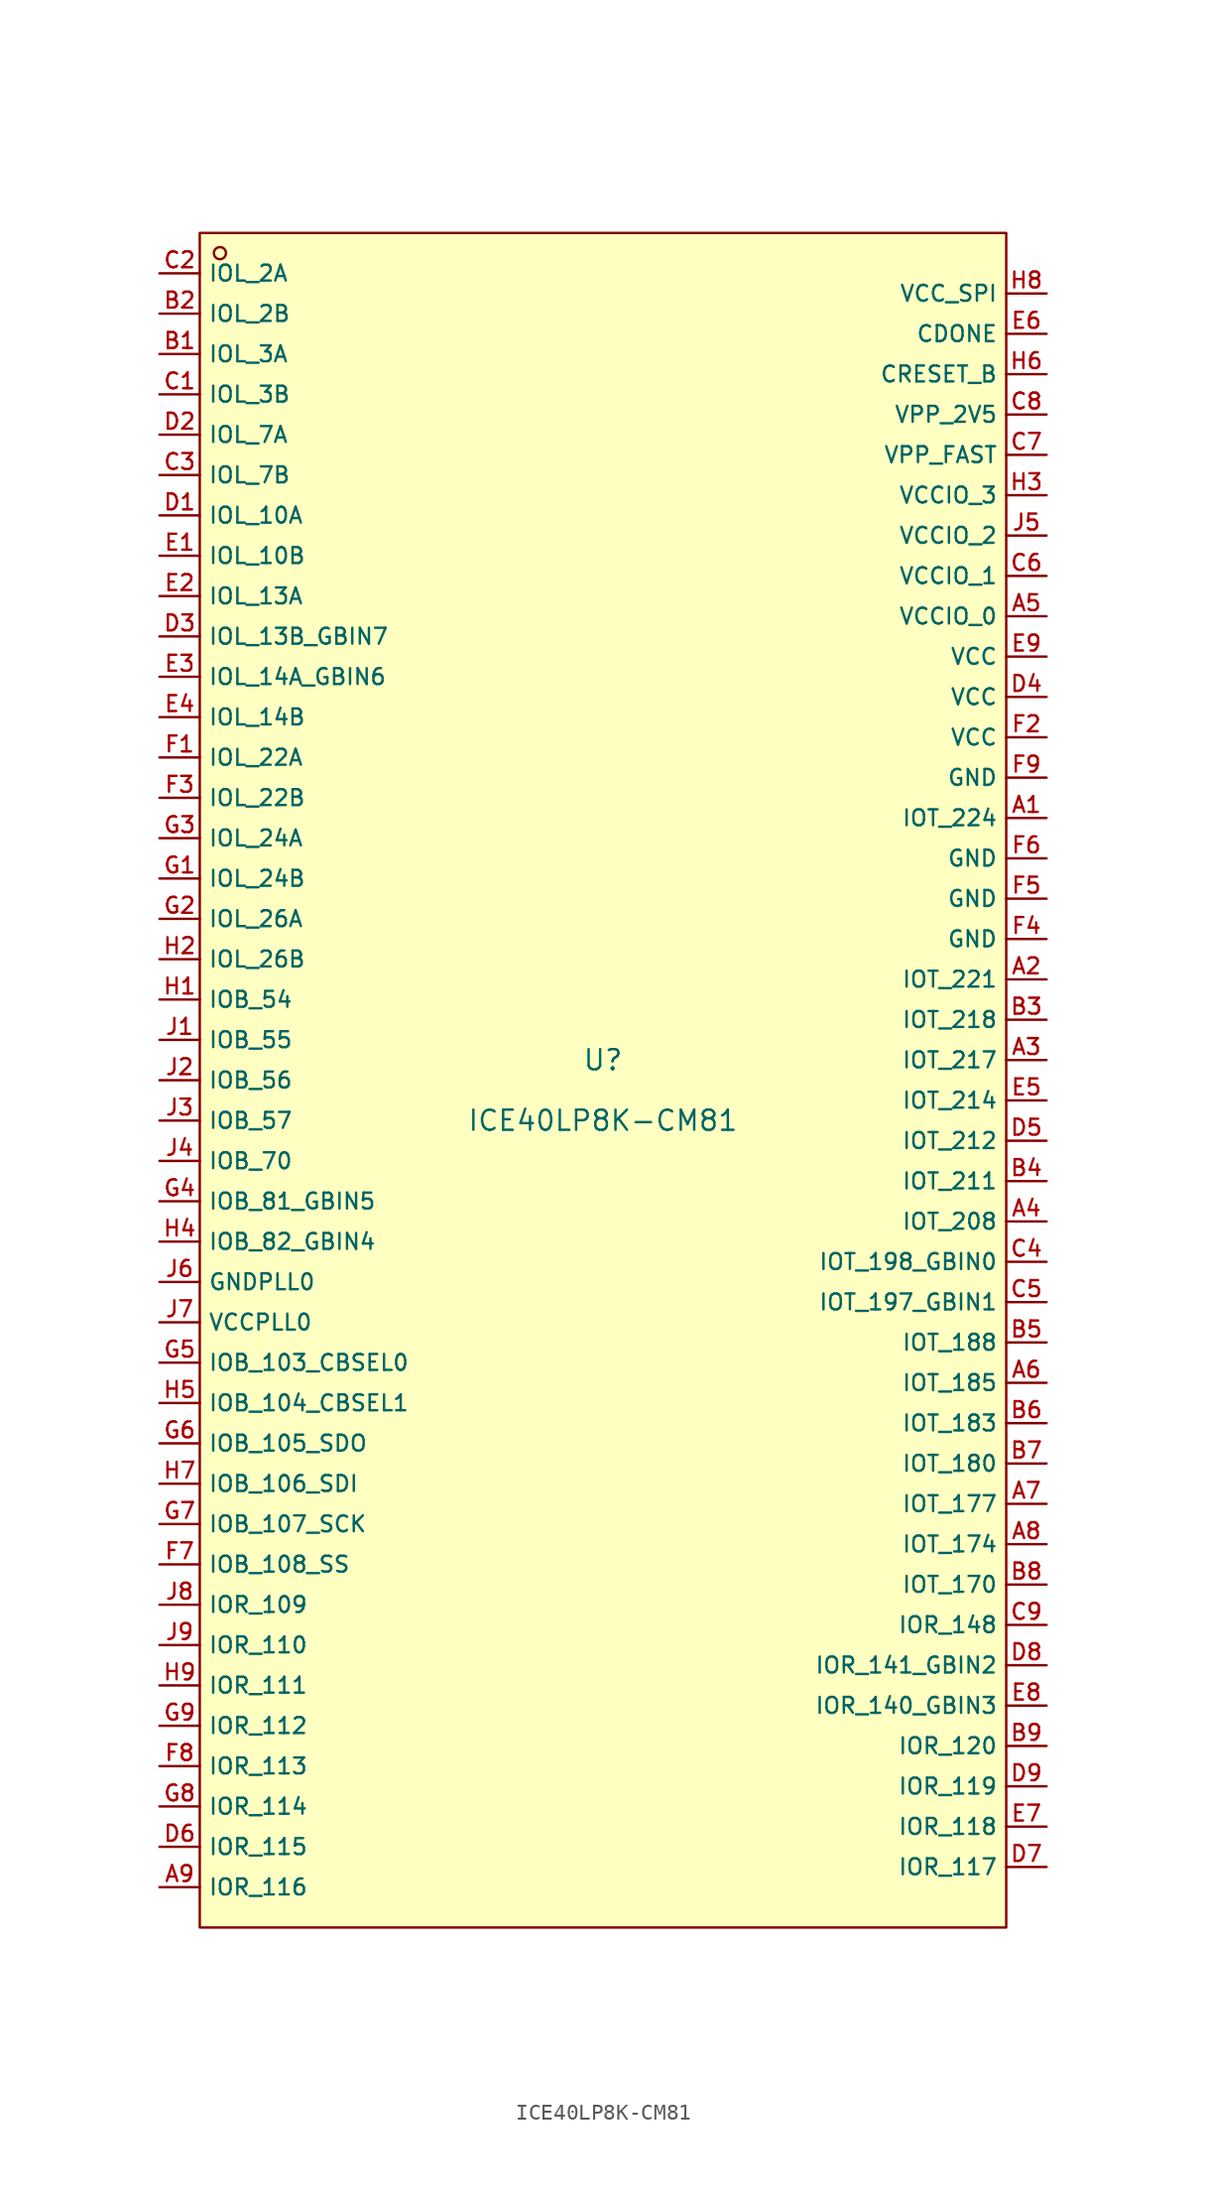
<source format=kicad_sym>
(kicad_symbol_lib
  (version 20210201)
  (generator TousstNicolas/JLC2KiCad_lib)
  (symbol "ICE40LP8K-CM81"
    (property "Reference" "U"
      (at 0 1.27 0)
      (effects (font (size 1.27 1.27))))
    (property "Value" "ICE40LP8K-CM81"
      (at 0 -2.54 0)
      (effects (font (size 1.27 1.27))))
    (symbol "ICE40LP8K-CM81_0_1"
      (rectangle (start -25.4 53.34) (end 25.4 -53.34) (stroke (width 0) (type default) (color 0 0 0 0)) (fill (type background)))
      (circle (center -24.13 52.07) (radius 0.381) (stroke (width 0) (type default) (color 0 0 0 0)) (fill (type background)))
      (pin unspecified line (at -27.94 50.8 0) (length 2.54) (name "IOL_2A" (effects (font (size 1 1)))) (number "C2" (effects (font (size 1 1)))))
      (pin unspecified line (at -27.94 48.26 0) (length 2.54) (name "IOL_2B" (effects (font (size 1 1)))) (number "B2" (effects (font (size 1 1)))))
      (pin unspecified line (at -27.94 45.72 0) (length 2.54) (name "IOL_3A" (effects (font (size 1 1)))) (number "B1" (effects (font (size 1 1)))))
      (pin unspecified line (at -27.94 43.18 0) (length 2.54) (name "IOL_3B" (effects (font (size 1 1)))) (number "C1" (effects (font (size 1 1)))))
      (pin unspecified line (at -27.94 40.64 0) (length 2.54) (name "IOL_7A" (effects (font (size 1 1)))) (number "D2" (effects (font (size 1 1)))))
      (pin unspecified line (at -27.94 38.1 0) (length 2.54) (name "IOL_7B" (effects (font (size 1 1)))) (number "C3" (effects (font (size 1 1)))))
      (pin unspecified line (at -27.94 35.56 0) (length 2.54) (name "IOL_10A" (effects (font (size 1 1)))) (number "D1" (effects (font (size 1 1)))))
      (pin unspecified line (at -27.94 33.02 0) (length 2.54) (name "IOL_10B" (effects (font (size 1 1)))) (number "E1" (effects (font (size 1 1)))))
      (pin unspecified line (at -27.94 30.48 0) (length 2.54) (name "IOL_13A" (effects (font (size 1 1)))) (number "E2" (effects (font (size 1 1)))))
      (pin unspecified line (at -27.94 27.94 0) (length 2.54) (name "IOL_13B_GBIN7" (effects (font (size 1 1)))) (number "D3" (effects (font (size 1 1)))))
      (pin unspecified line (at -27.94 25.4 0) (length 2.54) (name "IOL_14A_GBIN6" (effects (font (size 1 1)))) (number "E3" (effects (font (size 1 1)))))
      (pin unspecified line (at -27.94 22.86 0) (length 2.54) (name "IOL_14B" (effects (font (size 1 1)))) (number "E4" (effects (font (size 1 1)))))
      (pin unspecified line (at -27.94 20.32 0) (length 2.54) (name "IOL_22A" (effects (font (size 1 1)))) (number "F1" (effects (font (size 1 1)))))
      (pin unspecified line (at -27.94 17.78 0) (length 2.54) (name "IOL_22B" (effects (font (size 1 1)))) (number "F3" (effects (font (size 1 1)))))
      (pin unspecified line (at -27.94 15.24 0) (length 2.54) (name "IOL_24A" (effects (font (size 1 1)))) (number "G3" (effects (font (size 1 1)))))
      (pin unspecified line (at -27.94 12.7 0) (length 2.54) (name "IOL_24B" (effects (font (size 1 1)))) (number "G1" (effects (font (size 1 1)))))
      (pin unspecified line (at -27.94 10.16 0) (length 2.54) (name "IOL_26A" (effects (font (size 1 1)))) (number "G2" (effects (font (size 1 1)))))
      (pin unspecified line (at -27.94 7.62 0) (length 2.54) (name "IOL_26B" (effects (font (size 1 1)))) (number "H2" (effects (font (size 1 1)))))
      (pin unspecified line (at -27.94 5.08 0) (length 2.54) (name "IOB_54" (effects (font (size 1 1)))) (number "H1" (effects (font (size 1 1)))))
      (pin unspecified line (at -27.94 2.54 0) (length 2.54) (name "IOB_55" (effects (font (size 1 1)))) (number "J1" (effects (font (size 1 1)))))
      (pin unspecified line (at -27.94 -0.0 0) (length 2.54) (name "IOB_56" (effects (font (size 1 1)))) (number "J2" (effects (font (size 1 1)))))
      (pin unspecified line (at -27.94 -2.54 0) (length 2.54) (name "IOB_57" (effects (font (size 1 1)))) (number "J3" (effects (font (size 1 1)))))
      (pin unspecified line (at -27.94 -5.08 0) (length 2.54) (name "IOB_70" (effects (font (size 1 1)))) (number "J4" (effects (font (size 1 1)))))
      (pin unspecified line (at -27.94 -7.62 0) (length 2.54) (name "IOB_81_GBIN5" (effects (font (size 1 1)))) (number "G4" (effects (font (size 1 1)))))
      (pin unspecified line (at -27.94 -10.16 0) (length 2.54) (name "IOB_82_GBIN4" (effects (font (size 1 1)))) (number "H4" (effects (font (size 1 1)))))
      (pin unspecified line (at -27.94 -12.7 0) (length 2.54) (name "GNDPLL0" (effects (font (size 1 1)))) (number "J6" (effects (font (size 1 1)))))
      (pin unspecified line (at -27.94 -15.24 0) (length 2.54) (name "VCCPLL0" (effects (font (size 1 1)))) (number "J7" (effects (font (size 1 1)))))
      (pin unspecified line (at -27.94 -17.78 0) (length 2.54) (name "IOB_103_CBSEL0" (effects (font (size 1 1)))) (number "G5" (effects (font (size 1 1)))))
      (pin unspecified line (at -27.94 -20.32 0) (length 2.54) (name "IOB_104_CBSEL1" (effects (font (size 1 1)))) (number "H5" (effects (font (size 1 1)))))
      (pin unspecified line (at -27.94 -22.86 0) (length 2.54) (name "IOB_105_SDO" (effects (font (size 1 1)))) (number "G6" (effects (font (size 1 1)))))
      (pin unspecified line (at -27.94 -25.4 0) (length 2.54) (name "IOB_106_SDI" (effects (font (size 1 1)))) (number "H7" (effects (font (size 1 1)))))
      (pin unspecified line (at -27.94 -27.94 0) (length 2.54) (name "IOB_107_SCK" (effects (font (size 1 1)))) (number "G7" (effects (font (size 1 1)))))
      (pin unspecified line (at -27.94 -30.48 0) (length 2.54) (name "IOB_108_SS" (effects (font (size 1 1)))) (number "F7" (effects (font (size 1 1)))))
      (pin unspecified line (at -27.94 -33.02 0) (length 2.54) (name "IOR_109" (effects (font (size 1 1)))) (number "J8" (effects (font (size 1 1)))))
      (pin unspecified line (at -27.94 -35.56 0) (length 2.54) (name "IOR_110" (effects (font (size 1 1)))) (number "J9" (effects (font (size 1 1)))))
      (pin unspecified line (at -27.94 -38.1 0) (length 2.54) (name "IOR_111" (effects (font (size 1 1)))) (number "H9" (effects (font (size 1 1)))))
      (pin unspecified line (at -27.94 -40.64 0) (length 2.54) (name "IOR_112" (effects (font (size 1 1)))) (number "G9" (effects (font (size 1 1)))))
      (pin unspecified line (at -27.94 -43.18 0) (length 2.54) (name "IOR_113" (effects (font (size 1 1)))) (number "F8" (effects (font (size 1 1)))))
      (pin unspecified line (at -27.94 -45.72 0) (length 2.54) (name "IOR_114" (effects (font (size 1 1)))) (number "G8" (effects (font (size 1 1)))))
      (pin unspecified line (at -27.94 -48.26 0) (length 2.54) (name "IOR_115" (effects (font (size 1 1)))) (number "D6" (effects (font (size 1 1)))))
      (pin unspecified line (at -27.94 -50.8 0) (length 2.54) (name "IOR_116" (effects (font (size 1 1)))) (number "A9" (effects (font (size 1 1)))))
      (pin unspecified line (at 27.94 -49.53 180) (length 2.54) (name "IOR_117" (effects (font (size 1 1)))) (number "D7" (effects (font (size 1 1)))))
      (pin unspecified line (at 27.94 -46.99 180) (length 2.54) (name "IOR_118" (effects (font (size 1 1)))) (number "E7" (effects (font (size 1 1)))))
      (pin unspecified line (at 27.94 -44.45 180) (length 2.54) (name "IOR_119" (effects (font (size 1 1)))) (number "D9" (effects (font (size 1 1)))))
      (pin unspecified line (at 27.94 -41.91 180) (length 2.54) (name "IOR_120" (effects (font (size 1 1)))) (number "B9" (effects (font (size 1 1)))))
      (pin unspecified line (at 27.94 -39.37 180) (length 2.54) (name "IOR_140_GBIN3" (effects (font (size 1 1)))) (number "E8" (effects (font (size 1 1)))))
      (pin unspecified line (at 27.94 -36.83 180) (length 2.54) (name "IOR_141_GBIN2" (effects (font (size 1 1)))) (number "D8" (effects (font (size 1 1)))))
      (pin unspecified line (at 27.94 -34.29 180) (length 2.54) (name "IOR_148" (effects (font (size 1 1)))) (number "C9" (effects (font (size 1 1)))))
      (pin unspecified line (at 27.94 -31.75 180) (length 2.54) (name "IOT_170" (effects (font (size 1 1)))) (number "B8" (effects (font (size 1 1)))))
      (pin unspecified line (at 27.94 -29.21 180) (length 2.54) (name "IOT_174" (effects (font (size 1 1)))) (number "A8" (effects (font (size 1 1)))))
      (pin unspecified line (at 27.94 -26.67 180) (length 2.54) (name "IOT_177" (effects (font (size 1 1)))) (number "A7" (effects (font (size 1 1)))))
      (pin unspecified line (at 27.94 -24.13 180) (length 2.54) (name "IOT_180" (effects (font (size 1 1)))) (number "B7" (effects (font (size 1 1)))))
      (pin unspecified line (at 27.94 -21.59 180) (length 2.54) (name "IOT_183" (effects (font (size 1 1)))) (number "B6" (effects (font (size 1 1)))))
      (pin unspecified line (at 27.94 -19.05 180) (length 2.54) (name "IOT_185" (effects (font (size 1 1)))) (number "A6" (effects (font (size 1 1)))))
      (pin unspecified line (at 27.94 -16.51 180) (length 2.54) (name "IOT_188" (effects (font (size 1 1)))) (number "B5" (effects (font (size 1 1)))))
      (pin unspecified line (at 27.94 -13.97 180) (length 2.54) (name "IOT_197_GBIN1" (effects (font (size 1 1)))) (number "C5" (effects (font (size 1 1)))))
      (pin unspecified line (at 27.94 -11.43 180) (length 2.54) (name "IOT_198_GBIN0" (effects (font (size 1 1)))) (number "C4" (effects (font (size 1 1)))))
      (pin unspecified line (at 27.94 -8.89 180) (length 2.54) (name "IOT_208" (effects (font (size 1 1)))) (number "A4" (effects (font (size 1 1)))))
      (pin unspecified line (at 27.94 -6.35 180) (length 2.54) (name "IOT_211" (effects (font (size 1 1)))) (number "B4" (effects (font (size 1 1)))))
      (pin unspecified line (at 27.94 -3.81 180) (length 2.54) (name "IOT_212" (effects (font (size 1 1)))) (number "D5" (effects (font (size 1 1)))))
      (pin unspecified line (at 27.94 -1.27 180) (length 2.54) (name "IOT_214" (effects (font (size 1 1)))) (number "E5" (effects (font (size 1 1)))))
      (pin unspecified line (at 27.94 1.27 180) (length 2.54) (name "IOT_217" (effects (font (size 1 1)))) (number "A3" (effects (font (size 1 1)))))
      (pin unspecified line (at 27.94 3.81 180) (length 2.54) (name "IOT_218" (effects (font (size 1 1)))) (number "B3" (effects (font (size 1 1)))))
      (pin unspecified line (at 27.94 6.35 180) (length 2.54) (name "IOT_221" (effects (font (size 1 1)))) (number "A2" (effects (font (size 1 1)))))
      (pin unspecified line (at 27.94 8.89 180) (length 2.54) (name "GND" (effects (font (size 1 1)))) (number "F4" (effects (font (size 1 1)))))
      (pin unspecified line (at 27.94 11.43 180) (length 2.54) (name "GND" (effects (font (size 1 1)))) (number "F5" (effects (font (size 1 1)))))
      (pin unspecified line (at 27.94 13.97 180) (length 2.54) (name "GND" (effects (font (size 1 1)))) (number "F6" (effects (font (size 1 1)))))
      (pin unspecified line (at 27.94 16.51 180) (length 2.54) (name "IOT_224" (effects (font (size 1 1)))) (number "A1" (effects (font (size 1 1)))))
      (pin unspecified line (at 27.94 19.05 180) (length 2.54) (name "GND" (effects (font (size 1 1)))) (number "F9" (effects (font (size 1 1)))))
      (pin unspecified line (at 27.94 21.59 180) (length 2.54) (name "VCC" (effects (font (size 1 1)))) (number "F2" (effects (font (size 1 1)))))
      (pin unspecified line (at 27.94 24.13 180) (length 2.54) (name "VCC" (effects (font (size 1 1)))) (number "D4" (effects (font (size 1 1)))))
      (pin unspecified line (at 27.94 26.67 180) (length 2.54) (name "VCC" (effects (font (size 1 1)))) (number "E9" (effects (font (size 1 1)))))
      (pin unspecified line (at 27.94 29.21 180) (length 2.54) (name "VCCIO_0" (effects (font (size 1 1)))) (number "A5" (effects (font (size 1 1)))))
      (pin unspecified line (at 27.94 31.75 180) (length 2.54) (name "VCCIO_1" (effects (font (size 1 1)))) (number "C6" (effects (font (size 1 1)))))
      (pin unspecified line (at 27.94 34.29 180) (length 2.54) (name "VCCIO_2" (effects (font (size 1 1)))) (number "J5" (effects (font (size 1 1)))))
      (pin unspecified line (at 27.94 36.83 180) (length 2.54) (name "VCCIO_3" (effects (font (size 1 1)))) (number "H3" (effects (font (size 1 1)))))
      (pin unspecified line (at 27.94 39.37 180) (length 2.54) (name "VPP_FAST" (effects (font (size 1 1)))) (number "C7" (effects (font (size 1 1)))))
      (pin unspecified line (at 27.94 41.91 180) (length 2.54) (name "VPP_2V5" (effects (font (size 1 1)))) (number "C8" (effects (font (size 1 1)))))
      (pin unspecified line (at 27.94 44.45 180) (length 2.54) (name "CRESET_B" (effects (font (size 1 1)))) (number "H6" (effects (font (size 1 1)))))
      (pin unspecified line (at 27.94 46.99 180) (length 2.54) (name "CDONE" (effects (font (size 1 1)))) (number "E6" (effects (font (size 1 1)))))
      (pin unspecified line (at 27.94 49.53 180) (length 2.54) (name "VCC_SPI" (effects (font (size 1 1)))) (number "H8" (effects (font (size 1 1))))))))
</source>
